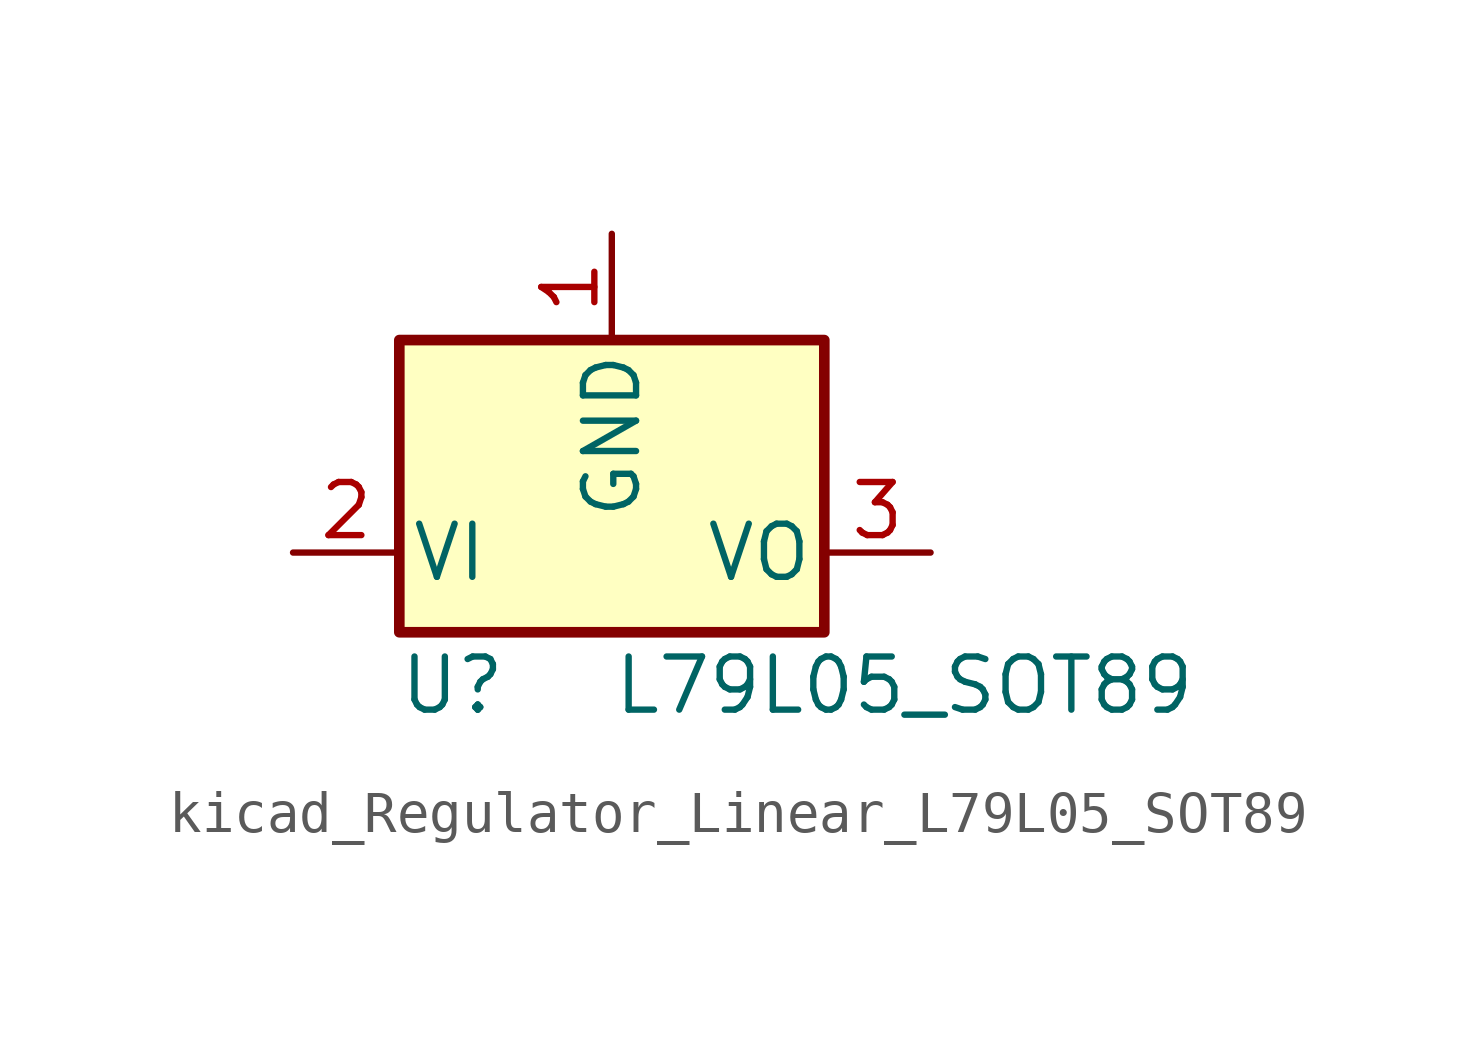
<source format=kicad_sym>
(kicad_symbol_lib
  (version 20220914)
  (generator kicad_symbol_editor)
  (symbol "kicad_Regulator_Linear_L79L05_SOT89"
    (pin_names
      (offset 0.254))
    (property "Reference" "U"
      (at -3.81 -3.175 0)
      (effects (font (size 1.27 1.27))))
    (property "Value" "L79L05_SOT89"
      (at 0 -3.175 0)
      (effects (font (size 1.27 1.27)) (justify left)))
    (symbol "kicad_Regulator_Linear_L79L05_SOT89_0_1"
      (rectangle (start -5.08 5.08) (end 5.08 -1.905) (stroke (width 0.254) (type default)) (fill (type background))))
    (symbol "kicad_Regulator_Linear_L79L05_SOT89_1_1"
      (pin power_in line (at 0 7.62 270) (length 2.54) (name "GND" (effects (font (size 1.27 1.27)))) (number "1" (effects (font (size 1.27 1.27)))))
      (pin power_in line (at -7.62 0 0) (length 2.54) (name "VI" (effects (font (size 1.27 1.27)))) (number "2" (effects (font (size 1.27 1.27)))))
      (pin power_out line (at 7.62 0 180) (length 2.54) (name "VO" (effects (font (size 1.27 1.27)))) (number "3" (effects (font (size 1.27 1.27))))))))
</source>
